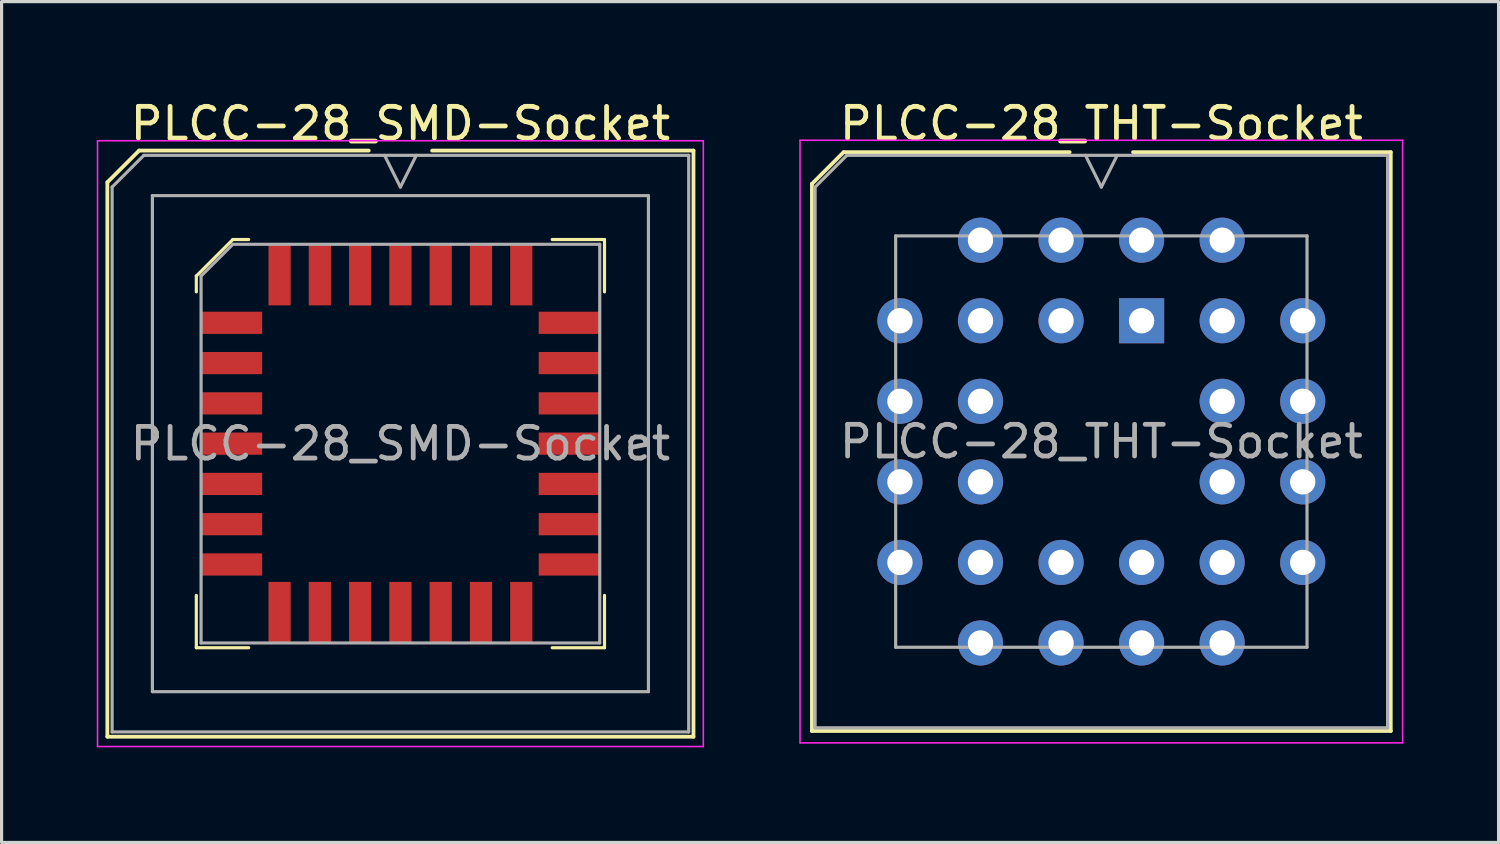
<source format=kicad_pcb>
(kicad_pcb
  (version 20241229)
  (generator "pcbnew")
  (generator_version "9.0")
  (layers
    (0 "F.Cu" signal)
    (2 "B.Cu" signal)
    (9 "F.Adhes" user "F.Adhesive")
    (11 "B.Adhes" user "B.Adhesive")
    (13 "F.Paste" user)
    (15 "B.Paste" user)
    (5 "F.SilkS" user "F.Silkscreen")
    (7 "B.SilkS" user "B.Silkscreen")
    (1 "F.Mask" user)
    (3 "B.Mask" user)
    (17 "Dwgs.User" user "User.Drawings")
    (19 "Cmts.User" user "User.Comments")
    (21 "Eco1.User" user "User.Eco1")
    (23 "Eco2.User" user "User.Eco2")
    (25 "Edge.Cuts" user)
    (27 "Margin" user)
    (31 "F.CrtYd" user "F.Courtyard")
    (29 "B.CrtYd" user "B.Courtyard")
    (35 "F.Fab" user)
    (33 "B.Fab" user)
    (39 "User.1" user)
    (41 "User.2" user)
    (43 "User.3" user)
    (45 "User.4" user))
  (footprint "PLCC-28_SMD-Socket"
    (layer "F.Cu")
    (at 9.575 10.938)
    (property "Reference" "PLCC-28_SMD-Socket" (at 0 -10.09 0) (layer "F.SilkS") (effects (font (size 1 1) (thickness 0.15))))
    (attr smd)
    (fp_line (start -9.24 -8.24) (end -9.24 9.24) (stroke (width 0.12) (type solid)) (layer "F.SilkS"))
    (fp_line (start -9.24 9.24) (end 9.24 9.24) (stroke (width 0.12) (type solid)) (layer "F.SilkS"))
    (fp_line (start -8.24 -9.24) (end -9.24 -8.24) (stroke (width 0.12) (type solid)) (layer "F.SilkS"))
    (fp_line (start -6.435 -5.285) (end -6.435 -4.785) (stroke (width 0.1) (type solid)) (layer "F.SilkS"))
    (fp_line (start -6.435 6.435) (end -6.435 4.785) (stroke (width 0.1) (type solid)) (layer "F.SilkS"))
    (fp_line (start -5.285 -6.435) (end -6.435 -5.285) (stroke (width 0.1) (type solid)) (layer "F.SilkS"))
    (fp_line (start -4.785 -6.435) (end -5.285 -6.435) (stroke (width 0.1) (type solid)) (layer "F.SilkS"))
    (fp_line (start -4.785 6.435) (end -6.435 6.435) (stroke (width 0.1) (type solid)) (layer "F.SilkS"))
    (fp_line (start -1 -9.24) (end -8.24 -9.24) (stroke (width 0.12) (type solid)) (layer "F.SilkS"))
    (fp_line (start 4.785 -6.435) (end 6.435 -6.435) (stroke (width 0.1) (type solid)) (layer "F.SilkS"))
    (fp_line (start 4.785 6.435) (end 6.435 6.435) (stroke (width 0.1) (type solid)) (layer "F.SilkS"))
    (fp_line (start 6.435 -6.435) (end 6.435 -4.785) (stroke (width 0.1) (type solid)) (layer "F.SilkS"))
    (fp_line (start 6.435 6.435) (end 6.435 4.785) (stroke (width 0.1) (type solid)) (layer "F.SilkS"))
    (fp_line (start 9.24 -9.24) (end 1 -9.24) (stroke (width 0.12) (type solid)) (layer "F.SilkS"))
    (fp_line (start 9.24 9.24) (end 9.24 -9.24) (stroke (width 0.12) (type solid)) (layer "F.SilkS"))
    (fp_line (start -9.55 -9.55) (end -9.55 9.55) (stroke (width 0.05) (type solid)) (layer "F.CrtYd"))
    (fp_line (start -9.55 9.55) (end 9.55 9.55) (stroke (width 0.05) (type solid)) (layer "F.CrtYd"))
    (fp_line (start 9.55 -9.55) (end -9.55 -9.55) (stroke (width 0.05) (type solid)) (layer "F.CrtYd"))
    (fp_line (start 9.55 9.55) (end 9.55 -9.55) (stroke (width 0.05) (type solid)) (layer "F.CrtYd"))
    (fp_line (start -9.09 -8.09) (end -9.09 9.09) (stroke (width 0.1) (type solid)) (layer "F.Fab"))
    (fp_line (start -9.09 9.09) (end 9.09 9.09) (stroke (width 0.1) (type solid)) (layer "F.Fab"))
    (fp_line (start -8.09 -9.09) (end -9.09 -8.09) (stroke (width 0.1) (type solid)) (layer "F.Fab"))
    (fp_line (start -7.82 -7.82) (end -7.82 7.82) (stroke (width 0.1) (type solid)) (layer "F.Fab"))
    (fp_line (start -7.82 7.82) (end 7.82 7.82) (stroke (width 0.1) (type solid)) (layer "F.Fab"))
    (fp_line (start -6.285 -5.285) (end -6.285 6.285) (stroke (width 0.1) (type solid)) (layer "F.Fab"))
    (fp_line (start -6.285 6.285) (end 6.285 6.285) (stroke (width 0.1) (type solid)) (layer "F.Fab"))
    (fp_line (start -5.285 -6.285) (end -6.285 -5.285) (stroke (width 0.1) (type solid)) (layer "F.Fab"))
    (fp_line (start -0.5 -9.09) (end 0 -8.09) (stroke (width 0.1) (type solid)) (layer "F.Fab"))
    (fp_line (start 0 -8.09) (end 0.5 -9.09) (stroke (width 0.1) (type solid)) (layer "F.Fab"))
    (fp_line (start 6.285 -6.285) (end -5.285 -6.285) (stroke (width 0.1) (type solid)) (layer "F.Fab"))
    (fp_line (start 6.285 6.285) (end 6.285 -6.285) (stroke (width 0.1) (type solid)) (layer "F.Fab"))
    (fp_line (start 7.82 -7.82) (end -7.82 -7.82) (stroke (width 0.1) (type solid)) (layer "F.Fab"))
    (fp_line (start 7.82 7.82) (end 7.82 -7.82) (stroke (width 0.1) (type solid)) (layer "F.Fab"))
    (fp_line (start 9.09 -9.09) (end -8.09 -9.09) (stroke (width 0.1) (type solid)) (layer "F.Fab"))
    (fp_line (start 9.09 9.09) (end 9.09 -9.09) (stroke (width 0.1) (type solid)) (layer "F.Fab"))
    (fp_text user "${REFERENCE}" (at 0 0 0) (layer "F.Fab") (effects (font (size 1 1) (thickness 0.15))))
    (pad "1" smd rect (at 0 -5.322) (size 0.7 1.925) (layers "F.Cu" "F.Mask" "F.Paste"))
    (pad "2" smd rect (at -1.27 -5.322) (size 0.7 1.925) (layers "F.Cu" "F.Mask" "F.Paste"))
    (pad "3" smd rect (at -2.54 -5.322) (size 0.7 1.925) (layers "F.Cu" "F.Mask" "F.Paste"))
    (pad "4" smd rect (at -3.81 -5.322) (size 0.7 1.925) (layers "F.Cu" "F.Mask" "F.Paste"))
    (pad "5" smd rect (at -5.322 -3.81) (size 1.925 0.7) (layers "F.Cu" "F.Mask" "F.Paste"))
    (pad "6" smd rect (at -5.322 -2.54) (size 1.925 0.7) (layers "F.Cu" "F.Mask" "F.Paste"))
    (pad "7" smd rect (at -5.322 -1.27) (size 1.925 0.7) (layers "F.Cu" "F.Mask" "F.Paste"))
    (pad "8" smd rect (at -5.322 0) (size 1.925 0.7) (layers "F.Cu" "F.Mask" "F.Paste"))
    (pad "9" smd rect (at -5.322 1.27) (size 1.925 0.7) (layers "F.Cu" "F.Mask" "F.Paste"))
    (pad "10" smd rect (at -5.322 2.54) (size 1.925 0.7) (layers "F.Cu" "F.Mask" "F.Paste"))
    (pad "11" smd rect (at -5.322 3.81) (size 1.925 0.7) (layers "F.Cu" "F.Mask" "F.Paste"))
    (pad "12" smd rect (at -3.81 5.322) (size 0.7 1.925) (layers "F.Cu" "F.Mask" "F.Paste"))
    (pad "13" smd rect (at -2.54 5.322) (size 0.7 1.925) (layers "F.Cu" "F.Mask" "F.Paste"))
    (pad "14" smd rect (at -1.27 5.322) (size 0.7 1.925) (layers "F.Cu" "F.Mask" "F.Paste"))
    (pad "15" smd rect (at 0 5.322) (size 0.7 1.925) (layers "F.Cu" "F.Mask" "F.Paste"))
    (pad "16" smd rect (at 1.27 5.322) (size 0.7 1.925) (layers "F.Cu" "F.Mask" "F.Paste"))
    (pad "17" smd rect (at 2.54 5.322) (size 0.7 1.925) (layers "F.Cu" "F.Mask" "F.Paste"))
    (pad "18" smd rect (at 3.81 5.322) (size 0.7 1.925) (layers "F.Cu" "F.Mask" "F.Paste"))
    (pad "19" smd rect (at 5.322 3.81) (size 1.925 0.7) (layers "F.Cu" "F.Mask" "F.Paste"))
    (pad "20" smd rect (at 5.322 2.54) (size 1.925 0.7) (layers "F.Cu" "F.Mask" "F.Paste"))
    (pad "21" smd rect (at 5.322 1.27) (size 1.925 0.7) (layers "F.Cu" "F.Mask" "F.Paste"))
    (pad "22" smd rect (at 5.322 0) (size 1.925 0.7) (layers "F.Cu" "F.Mask" "F.Paste"))
    (pad "23" smd rect (at 5.322 -1.27) (size 1.925 0.7) (layers "F.Cu" "F.Mask" "F.Paste"))
    (pad "24" smd rect (at 5.322 -2.54) (size 1.925 0.7) (layers "F.Cu" "F.Mask" "F.Paste"))
    (pad "25" smd rect (at 5.322 -3.81) (size 1.925 0.7) (layers "F.Cu" "F.Mask" "F.Paste"))
    (pad "26" smd rect (at 3.81 -5.322) (size 0.7 1.925) (layers "F.Cu" "F.Mask" "F.Paste"))
    (pad "27" smd rect (at 2.54 -5.322) (size 0.7 1.925) (layers "F.Cu" "F.Mask" "F.Paste"))
    (pad "28" smd rect (at 1.27 -5.322) (size 0.7 1.925) (layers "F.Cu" "F.Mask" "F.Paste")))
  (footprint "PLCC-28_THT-Socket"
    (layer "F.Cu")
    (at 32.945 7.063)
    (property "Reference" "PLCC-28_THT-Socket" (at -1.27 -6.215 0) (layer "F.SilkS") (effects (font (size 1 1) (thickness 0.15))))
    (attr through_hole)
    (fp_line (start -10.395 -4.315) (end -10.395 12.935) (stroke (width 0.12) (type solid)) (layer "F.SilkS"))
    (fp_line (start -10.395 12.935) (end 7.855 12.935) (stroke (width 0.12) (type solid)) (layer "F.SilkS"))
    (fp_line (start -9.395 -5.315) (end -10.395 -4.315) (stroke (width 0.12) (type solid)) (layer "F.SilkS"))
    (fp_line (start -2.27 -5.315) (end -9.395 -5.315) (stroke (width 0.12) (type solid)) (layer "F.SilkS"))
    (fp_line (start 7.855 -5.315) (end -0.27 -5.315) (stroke (width 0.12) (type solid)) (layer "F.SilkS"))
    (fp_line (start 7.855 12.935) (end 7.855 -5.315) (stroke (width 0.12) (type solid)) (layer "F.SilkS"))
    (fp_line (start -10.77 -5.69) (end -10.77 13.31) (stroke (width 0.05) (type solid)) (layer "F.CrtYd"))
    (fp_line (start -10.77 13.31) (end 8.23 13.31) (stroke (width 0.05) (type solid)) (layer "F.CrtYd"))
    (fp_line (start 8.23 -5.69) (end -10.77 -5.69) (stroke (width 0.05) (type solid)) (layer "F.CrtYd"))
    (fp_line (start 8.23 13.31) (end 8.23 -5.69) (stroke (width 0.05) (type solid)) (layer "F.CrtYd"))
    (fp_line (start -10.295 -4.215) (end -10.295 12.835) (stroke (width 0.1) (type solid)) (layer "F.Fab"))
    (fp_line (start -10.295 12.835) (end 7.755 12.835) (stroke (width 0.1) (type solid)) (layer "F.Fab"))
    (fp_line (start -9.295 -5.215) (end -10.295 -4.215) (stroke (width 0.1) (type solid)) (layer "F.Fab"))
    (fp_line (start -7.755 -2.675) (end -7.755 10.295) (stroke (width 0.1) (type solid)) (layer "F.Fab"))
    (fp_line (start -7.755 10.295) (end 5.215 10.295) (stroke (width 0.1) (type solid)) (layer "F.Fab"))
    (fp_line (start -1.77 -5.215) (end -1.27 -4.215) (stroke (width 0.1) (type solid)) (layer "F.Fab"))
    (fp_line (start -1.27 -4.215) (end -0.77 -5.215) (stroke (width 0.1) (type solid)) (layer "F.Fab"))
    (fp_line (start 5.215 -2.675) (end -7.755 -2.675) (stroke (width 0.1) (type solid)) (layer "F.Fab"))
    (fp_line (start 5.215 10.295) (end 5.215 -2.675) (stroke (width 0.1) (type solid)) (layer "F.Fab"))
    (fp_line (start 7.755 -5.215) (end -9.295 -5.215) (stroke (width 0.1) (type solid)) (layer "F.Fab"))
    (fp_line (start 7.755 12.835) (end 7.755 -5.215) (stroke (width 0.1) (type solid)) (layer "F.Fab"))
    (fp_text user "${REFERENCE}" (at -1.27 3.81 0) (layer "F.Fab") (effects (font (size 1 1) (thickness 0.15))))
    (pad "1" thru_hole rect (at 0 0) (size 1.422 1.422) (drill 0.8) (layers "*.Cu" "*.Mask"))
    (pad "2" thru_hole circle (at -2.54 -2.54) (size 1.422 1.422) (drill 0.8) (layers "*.Cu" "*.Mask"))
    (pad "3" thru_hole circle (at -2.54 0) (size 1.422 1.422) (drill 0.8) (layers "*.Cu" "*.Mask"))
    (pad "4" thru_hole circle (at -5.08 -2.54) (size 1.422 1.422) (drill 0.8) (layers "*.Cu" "*.Mask"))
    (pad "5" thru_hole circle (at -7.62 0) (size 1.422 1.422) (drill 0.8) (layers "*.Cu" "*.Mask"))
    (pad "6" thru_hole circle (at -5.08 0) (size 1.422 1.422) (drill 0.8) (layers "*.Cu" "*.Mask"))
    (pad "7" thru_hole circle (at -7.62 2.54) (size 1.422 1.422) (drill 0.8) (layers "*.Cu" "*.Mask"))
    (pad "8" thru_hole circle (at -5.08 2.54) (size 1.422 1.422) (drill 0.8) (layers "*.Cu" "*.Mask"))
    (pad "9" thru_hole circle (at -7.62 5.08) (size 1.422 1.422) (drill 0.8) (layers "*.Cu" "*.Mask"))
    (pad "10" thru_hole circle (at -5.08 5.08) (size 1.422 1.422) (drill 0.8) (layers "*.Cu" "*.Mask"))
    (pad "11" thru_hole circle (at -7.62 7.62) (size 1.422 1.422) (drill 0.8) (layers "*.Cu" "*.Mask"))
    (pad "12" thru_hole circle (at -5.08 10.16) (size 1.422 1.422) (drill 0.8) (layers "*.Cu" "*.Mask"))
    (pad "13" thru_hole circle (at -5.08 7.62) (size 1.422 1.422) (drill 0.8) (layers "*.Cu" "*.Mask"))
    (pad "14" thru_hole circle (at -2.54 10.16) (size 1.422 1.422) (drill 0.8) (layers "*.Cu" "*.Mask"))
    (pad "15" thru_hole circle (at -2.54 7.62) (size 1.422 1.422) (drill 0.8) (layers "*.Cu" "*.Mask"))
    (pad "16" thru_hole circle (at 0 10.16) (size 1.422 1.422) (drill 0.8) (layers "*.Cu" "*.Mask"))
    (pad "17" thru_hole circle (at 0 7.62) (size 1.422 1.422) (drill 0.8) (layers "*.Cu" "*.Mask"))
    (pad "18" thru_hole circle (at 2.54 10.16) (size 1.422 1.422) (drill 0.8) (layers "*.Cu" "*.Mask"))
    (pad "19" thru_hole circle (at 5.08 7.62) (size 1.422 1.422) (drill 0.8) (layers "*.Cu" "*.Mask"))
    (pad "20" thru_hole circle (at 2.54 7.62) (size 1.422 1.422) (drill 0.8) (layers "*.Cu" "*.Mask"))
    (pad "21" thru_hole circle (at 5.08 5.08) (size 1.422 1.422) (drill 0.8) (layers "*.Cu" "*.Mask"))
    (pad "22" thru_hole circle (at 2.54 5.08) (size 1.422 1.422) (drill 0.8) (layers "*.Cu" "*.Mask"))
    (pad "23" thru_hole circle (at 5.08 2.54) (size 1.422 1.422) (drill 0.8) (layers "*.Cu" "*.Mask"))
    (pad "24" thru_hole circle (at 2.54 2.54) (size 1.422 1.422) (drill 0.8) (layers "*.Cu" "*.Mask"))
    (pad "25" thru_hole circle (at 5.08 0) (size 1.422 1.422) (drill 0.8) (layers "*.Cu" "*.Mask"))
    (pad "26" thru_hole circle (at 2.54 -2.54) (size 1.422 1.422) (drill 0.8) (layers "*.Cu" "*.Mask"))
    (pad "27" thru_hole circle (at 2.54 0) (size 1.422 1.422) (drill 0.8) (layers "*.Cu" "*.Mask"))
    (pad "28" thru_hole circle (at 0 -2.54) (size 1.422 1.422) (drill 0.8) (layers "*.Cu" "*.Mask")))
  (gr_rect
    (start -3 -3)
    (end 44.2 23.513)
    (stroke (width 0.1) (type default))
    (fill no)
    (layer "Edge.Cuts")))
</source>
